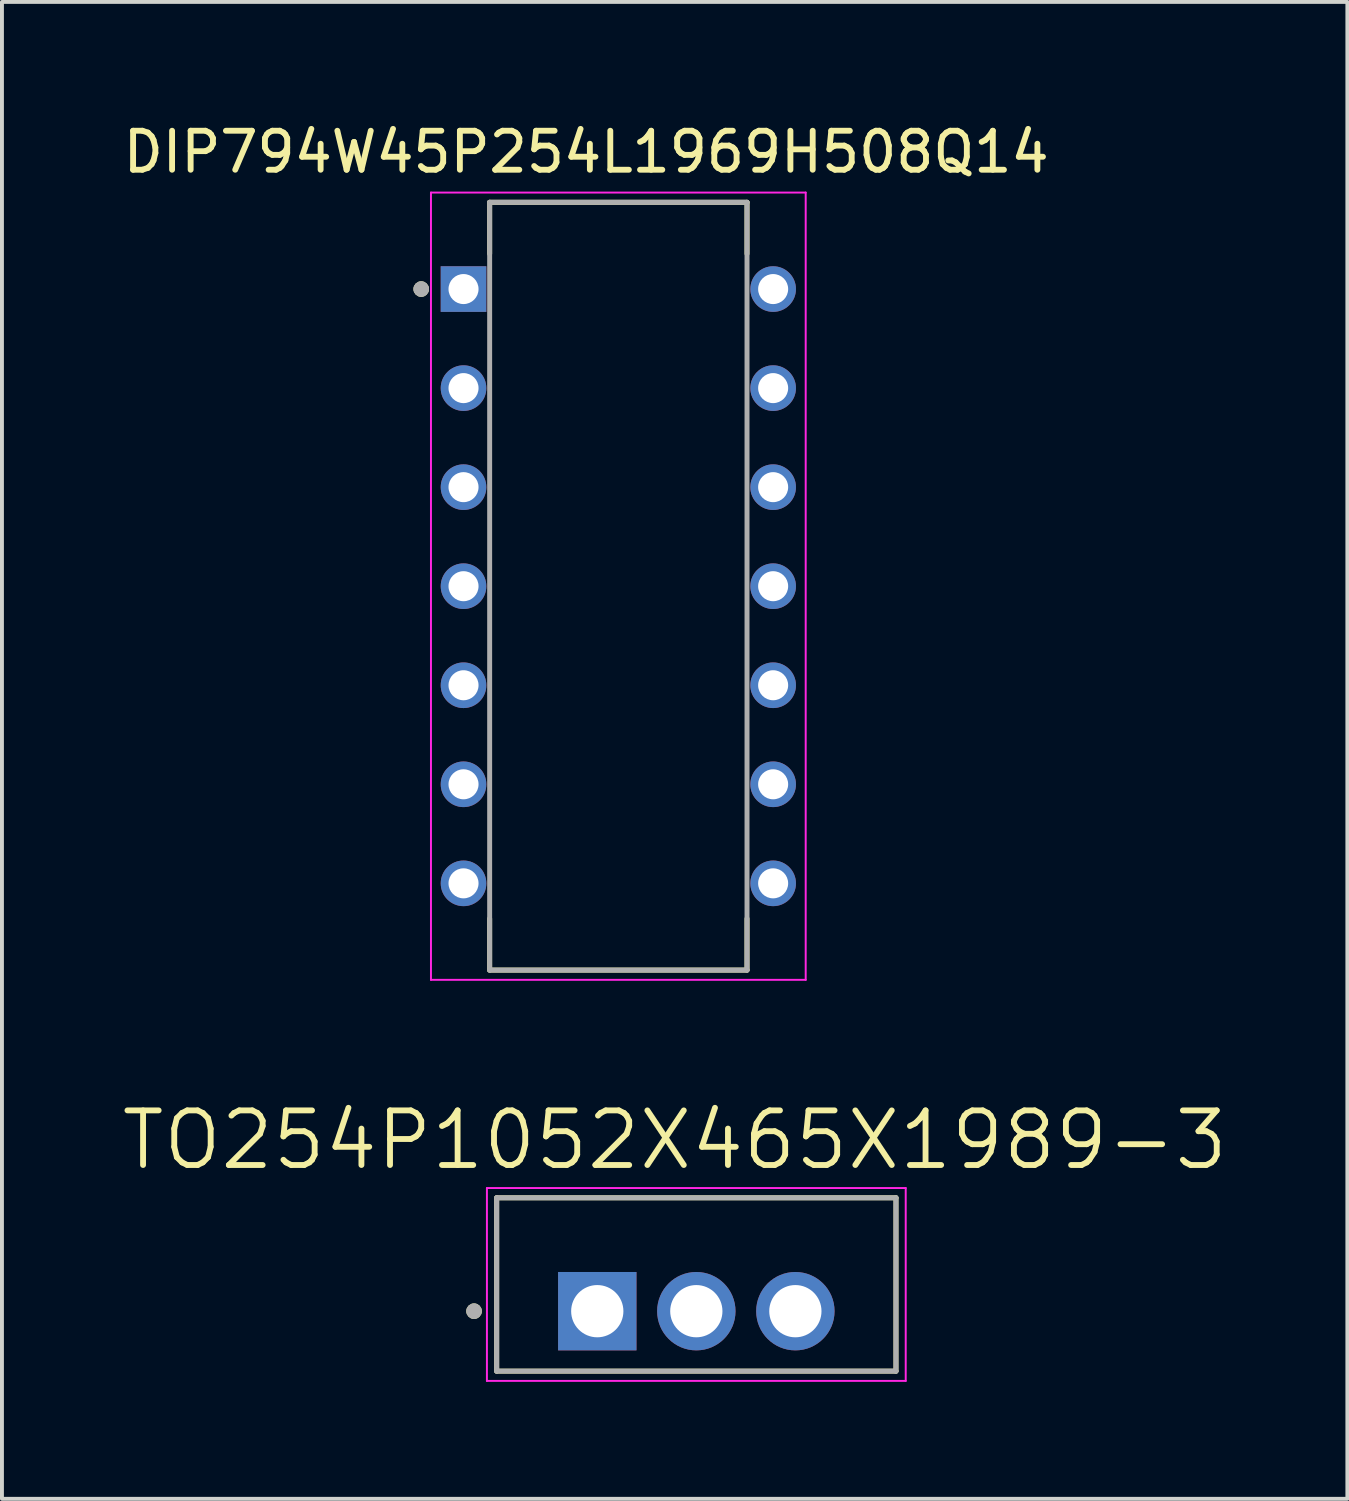
<source format=kicad_pcb>
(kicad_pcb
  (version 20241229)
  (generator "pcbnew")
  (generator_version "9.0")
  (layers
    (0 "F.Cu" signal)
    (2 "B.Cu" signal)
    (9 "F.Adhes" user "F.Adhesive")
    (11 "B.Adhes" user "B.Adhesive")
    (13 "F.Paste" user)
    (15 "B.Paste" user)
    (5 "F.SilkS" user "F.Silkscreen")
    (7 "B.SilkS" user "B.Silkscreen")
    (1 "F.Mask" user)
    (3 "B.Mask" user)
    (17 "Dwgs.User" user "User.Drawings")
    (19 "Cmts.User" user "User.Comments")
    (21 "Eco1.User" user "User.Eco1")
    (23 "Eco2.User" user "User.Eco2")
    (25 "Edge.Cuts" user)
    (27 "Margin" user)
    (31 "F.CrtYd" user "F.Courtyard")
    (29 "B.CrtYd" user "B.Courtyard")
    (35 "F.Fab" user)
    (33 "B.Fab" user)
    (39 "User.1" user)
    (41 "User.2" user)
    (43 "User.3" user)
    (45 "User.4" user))
  (footprint "TO254P1052X465X1989-3"
    (layer "F.Cu")
    (at 14.807 30.575)
    (property "Reference" "TO254P1052X465X1989-3" (at -0.555 -4.389 0) (layer "F.SilkS") (effects (font (size 1.4 1.4) (thickness 0.15))))
    (attr through_hole)
    (fp_line (start -5.12 -2.908) (end 5.12 -2.908) (stroke (width 0.127) (type solid)) (layer "F.SilkS"))
    (fp_line (start -5.12 1.538) (end -5.12 -2.908) (stroke (width 0.127) (type solid)) (layer "F.SilkS"))
    (fp_line (start 5.12 -2.908) (end 5.12 1.538) (stroke (width 0.127) (type solid)) (layer "F.SilkS"))
    (fp_line (start 5.12 1.538) (end -5.12 1.538) (stroke (width 0.127) (type solid)) (layer "F.SilkS"))
    (fp_circle (center -5.7 0) (end -5.6 0) (stroke (width 0.2) (type solid)) (fill no) (layer "F.SilkS"))
    (fp_line (start -5.37 -3.158) (end 5.37 -3.158) (stroke (width 0.05) (type solid)) (layer "F.CrtYd"))
    (fp_line (start -5.37 1.788) (end -5.37 -3.158) (stroke (width 0.05) (type solid)) (layer "F.CrtYd"))
    (fp_line (start 5.37 -3.158) (end 5.37 1.788) (stroke (width 0.05) (type solid)) (layer "F.CrtYd"))
    (fp_line (start 5.37 1.788) (end -5.37 1.788) (stroke (width 0.05) (type solid)) (layer "F.CrtYd"))
    (fp_line (start -5.12 -2.908) (end 5.12 -2.908) (stroke (width 0.127) (type solid)) (layer "F.Fab"))
    (fp_line (start -5.12 1.538) (end -5.12 -2.908) (stroke (width 0.127) (type solid)) (layer "F.Fab"))
    (fp_line (start 5.12 -2.908) (end 5.12 1.538) (stroke (width 0.127) (type solid)) (layer "F.Fab"))
    (fp_line (start 5.12 1.538) (end -5.12 1.538) (stroke (width 0.127) (type solid)) (layer "F.Fab"))
    (fp_circle (center -5.7 0) (end -5.6 0) (stroke (width 0.2) (type solid)) (fill no) (layer "F.Fab"))
    (pad "1" thru_hole rect (at -2.54 0) (size 2.01 2.01) (drill 1.34) (layers "*.Cu" "*.Mask"))
    (pad "2" thru_hole circle (at 0 0) (size 2.01 2.01) (drill 1.34) (layers "*.Cu" "*.Mask"))
    (pad "3" thru_hole circle (at 2.54 0) (size 2.01 2.01) (drill 1.34) (layers "*.Cu" "*.Mask")))
  (footprint "DIP794W45P254L1969H508Q14"
    (layer "F.Cu")
    (at 12.807 11.983)
    (property "Reference" "DIP794W45P254L1969H508Q14" (at -0.825 -11.135 0) (layer "F.SilkS") (effects (font (size 1 1) (thickness 0.15))))
    (attr through_hole)
    (fp_line (start -3.3 -9.845) (end 3.3 -9.845) (stroke (width 0.127) (type solid)) (layer "F.SilkS"))
    (fp_line (start -3.3 -8.525) (end -3.3 -9.845) (stroke (width 0.127) (type solid)) (layer "F.SilkS"))
    (fp_line (start -3.3 9.845) (end -3.3 8.525) (stroke (width 0.127) (type solid)) (layer "F.SilkS"))
    (fp_line (start 3.3 -9.845) (end 3.3 -8.525) (stroke (width 0.127) (type solid)) (layer "F.SilkS"))
    (fp_line (start 3.3 8.525) (end 3.3 9.845) (stroke (width 0.127) (type solid)) (layer "F.SilkS"))
    (fp_line (start 3.3 9.845) (end -3.3 9.845) (stroke (width 0.127) (type solid)) (layer "F.SilkS"))
    (fp_circle (center -5.055 -7.62) (end -4.955 -7.62) (stroke (width 0.2) (type solid)) (fill no) (layer "F.SilkS"))
    (fp_line (start -4.805 -10.095) (end -4.805 10.095) (stroke (width 0.05) (type solid)) (layer "F.CrtYd"))
    (fp_line (start 4.805 -10.095) (end -4.805 -10.095) (stroke (width 0.05) (type solid)) (layer "F.CrtYd"))
    (fp_line (start 4.805 -10.095) (end 4.805 10.095) (stroke (width 0.05) (type solid)) (layer "F.CrtYd"))
    (fp_line (start 4.805 10.095) (end -4.805 10.095) (stroke (width 0.05) (type solid)) (layer "F.CrtYd"))
    (fp_line (start -3.3 -9.845) (end -3.3 9.845) (stroke (width 0.127) (type solid)) (layer "F.Fab"))
    (fp_line (start -3.3 -9.845) (end 3.3 -9.845) (stroke (width 0.127) (type solid)) (layer "F.Fab"))
    (fp_line (start -3.3 9.845) (end 3.3 9.845) (stroke (width 0.127) (type solid)) (layer "F.Fab"))
    (fp_line (start 3.3 -9.845) (end 3.3 9.845) (stroke (width 0.127) (type solid)) (layer "F.Fab"))
    (fp_circle (center -5.055 -7.62) (end -4.955 -7.62) (stroke (width 0.2) (type solid)) (fill no) (layer "F.Fab"))
    (pad "1" thru_hole rect (at -3.97 -7.62) (size 1.17 1.17) (drill 0.77) (layers "*.Cu" "*.Mask"))
    (pad "2" thru_hole circle (at -3.97 -5.08) (size 1.17 1.17) (drill 0.77) (layers "*.Cu" "*.Mask"))
    (pad "3" thru_hole circle (at -3.97 -2.54) (size 1.17 1.17) (drill 0.77) (layers "*.Cu" "*.Mask"))
    (pad "4" thru_hole circle (at -3.97 0) (size 1.17 1.17) (drill 0.77) (layers "*.Cu" "*.Mask"))
    (pad "5" thru_hole circle (at -3.97 2.54) (size 1.17 1.17) (drill 0.77) (layers "*.Cu" "*.Mask"))
    (pad "6" thru_hole circle (at -3.97 5.08) (size 1.17 1.17) (drill 0.77) (layers "*.Cu" "*.Mask"))
    (pad "7" thru_hole circle (at -3.97 7.62) (size 1.17 1.17) (drill 0.77) (layers "*.Cu" "*.Mask"))
    (pad "8" thru_hole circle (at 3.97 7.62) (size 1.17 1.17) (drill 0.77) (layers "*.Cu" "*.Mask"))
    (pad "9" thru_hole circle (at 3.97 5.08) (size 1.17 1.17) (drill 0.77) (layers "*.Cu" "*.Mask"))
    (pad "10" thru_hole circle (at 3.97 2.54) (size 1.17 1.17) (drill 0.77) (layers "*.Cu" "*.Mask"))
    (pad "11" thru_hole circle (at 3.97 0) (size 1.17 1.17) (drill 0.77) (layers "*.Cu" "*.Mask"))
    (pad "12" thru_hole circle (at 3.97 -2.54) (size 1.17 1.17) (drill 0.77) (layers "*.Cu" "*.Mask"))
    (pad "13" thru_hole circle (at 3.97 -5.08) (size 1.17 1.17) (drill 0.77) (layers "*.Cu" "*.Mask"))
    (pad "14" thru_hole circle (at 3.97 -7.62) (size 1.17 1.17) (drill 0.77) (layers "*.Cu" "*.Mask")))
  (gr_rect
    (start -3 -3)
    (end 31.503 35.387)
    (stroke (width 0.1) (type default))
    (fill no)
    (layer "Edge.Cuts")))
</source>
